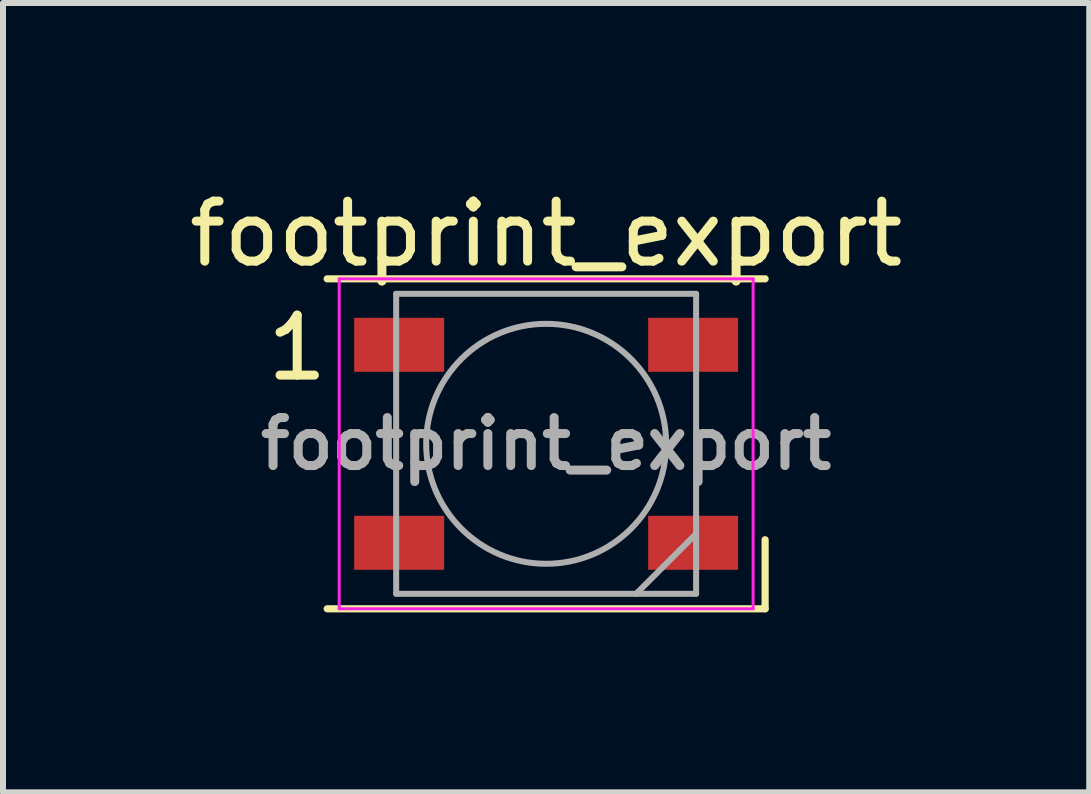
<source format=kicad_pcb>
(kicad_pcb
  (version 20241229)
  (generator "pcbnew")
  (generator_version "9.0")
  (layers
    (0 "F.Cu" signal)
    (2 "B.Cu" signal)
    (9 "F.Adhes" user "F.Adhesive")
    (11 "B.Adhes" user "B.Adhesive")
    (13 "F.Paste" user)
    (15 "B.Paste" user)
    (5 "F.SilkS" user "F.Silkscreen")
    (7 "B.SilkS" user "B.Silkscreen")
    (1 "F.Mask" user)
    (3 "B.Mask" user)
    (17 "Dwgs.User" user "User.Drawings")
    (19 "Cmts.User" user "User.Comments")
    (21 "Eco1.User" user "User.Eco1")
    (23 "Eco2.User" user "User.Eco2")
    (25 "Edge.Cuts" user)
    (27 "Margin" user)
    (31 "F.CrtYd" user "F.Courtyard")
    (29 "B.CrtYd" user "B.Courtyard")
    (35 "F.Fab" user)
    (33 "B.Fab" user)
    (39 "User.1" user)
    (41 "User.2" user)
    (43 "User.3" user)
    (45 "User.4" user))
  (footprint "footprint_export"
    (layer "F.Cu")
    (at 6.054 4.348)
    (property "Reference" "footprint_export" (at 0 -3.5 0) (layer "F.SilkS") (effects (font (size 1 1) (thickness 0.15))))
    (attr smd)
    (fp_line (start -3.65 -2.75) (end 3.65 -2.75) (stroke (width 0.12) (type solid)) (layer "F.SilkS"))
    (fp_line (start -3.65 2.75) (end 3.65 2.75) (stroke (width 0.12) (type solid)) (layer "F.SilkS"))
    (fp_line (start 3.65 2.75) (end 3.65 1.6) (stroke (width 0.12) (type solid)) (layer "F.SilkS"))
    (fp_line (start -3.45 -2.75) (end -3.45 2.75) (stroke (width 0.05) (type solid)) (layer "F.CrtYd"))
    (fp_line (start -3.45 2.75) (end 3.45 2.75) (stroke (width 0.05) (type solid)) (layer "F.CrtYd"))
    (fp_line (start 3.45 -2.75) (end -3.45 -2.75) (stroke (width 0.05) (type solid)) (layer "F.CrtYd"))
    (fp_line (start 3.45 2.75) (end 3.45 -2.75) (stroke (width 0.05) (type solid)) (layer "F.CrtYd"))
    (fp_line (start -2.5 -2.5) (end -2.5 2.5) (stroke (width 0.1) (type solid)) (layer "F.Fab"))
    (fp_line (start -2.5 2.5) (end 2.5 2.5) (stroke (width 0.1) (type solid)) (layer "F.Fab"))
    (fp_line (start 2.5 -2.5) (end -2.5 -2.5) (stroke (width 0.1) (type solid)) (layer "F.Fab"))
    (fp_line (start 2.5 1.5) (end 1.5 2.5) (stroke (width 0.1) (type solid)) (layer "F.Fab"))
    (fp_line (start 2.5 2.5) (end 2.5 -2.5) (stroke (width 0.1) (type solid)) (layer "F.Fab"))
    (fp_circle (center 0 0) (end 0 -2) (stroke (width 0.1) (type solid)) (fill no) (layer "F.Fab"))
    (fp_text user "1" (at -4.15 -1.6 0) (layer "F.SilkS") (effects (font (size 1 1) (thickness 0.15))))
    (fp_text user "${REFERENCE}" (at 0 0 0) (layer "F.Fab") (effects (font (size 0.8 0.8) (thickness 0.15))))
    (pad "1" smd rect (at -2.45 -1.65) (size 1.5 0.9) (layers "F.Cu" "F.Mask" "F.Paste"))
    (pad "2" smd rect (at -2.45 1.65) (size 1.5 0.9) (layers "F.Cu" "F.Mask" "F.Paste"))
    (pad "3" smd rect (at 2.45 1.65) (size 1.5 0.9) (layers "F.Cu" "F.Mask" "F.Paste"))
    (pad "4" smd rect (at 2.45 -1.65) (size 1.5 0.9) (layers "F.Cu" "F.Mask" "F.Paste")))
  (gr_rect
    (start -3 -3)
    (end 15.107 10.158)
    (stroke (width 0.1) (type default))
    (fill no)
    (layer "Edge.Cuts")))
</source>
